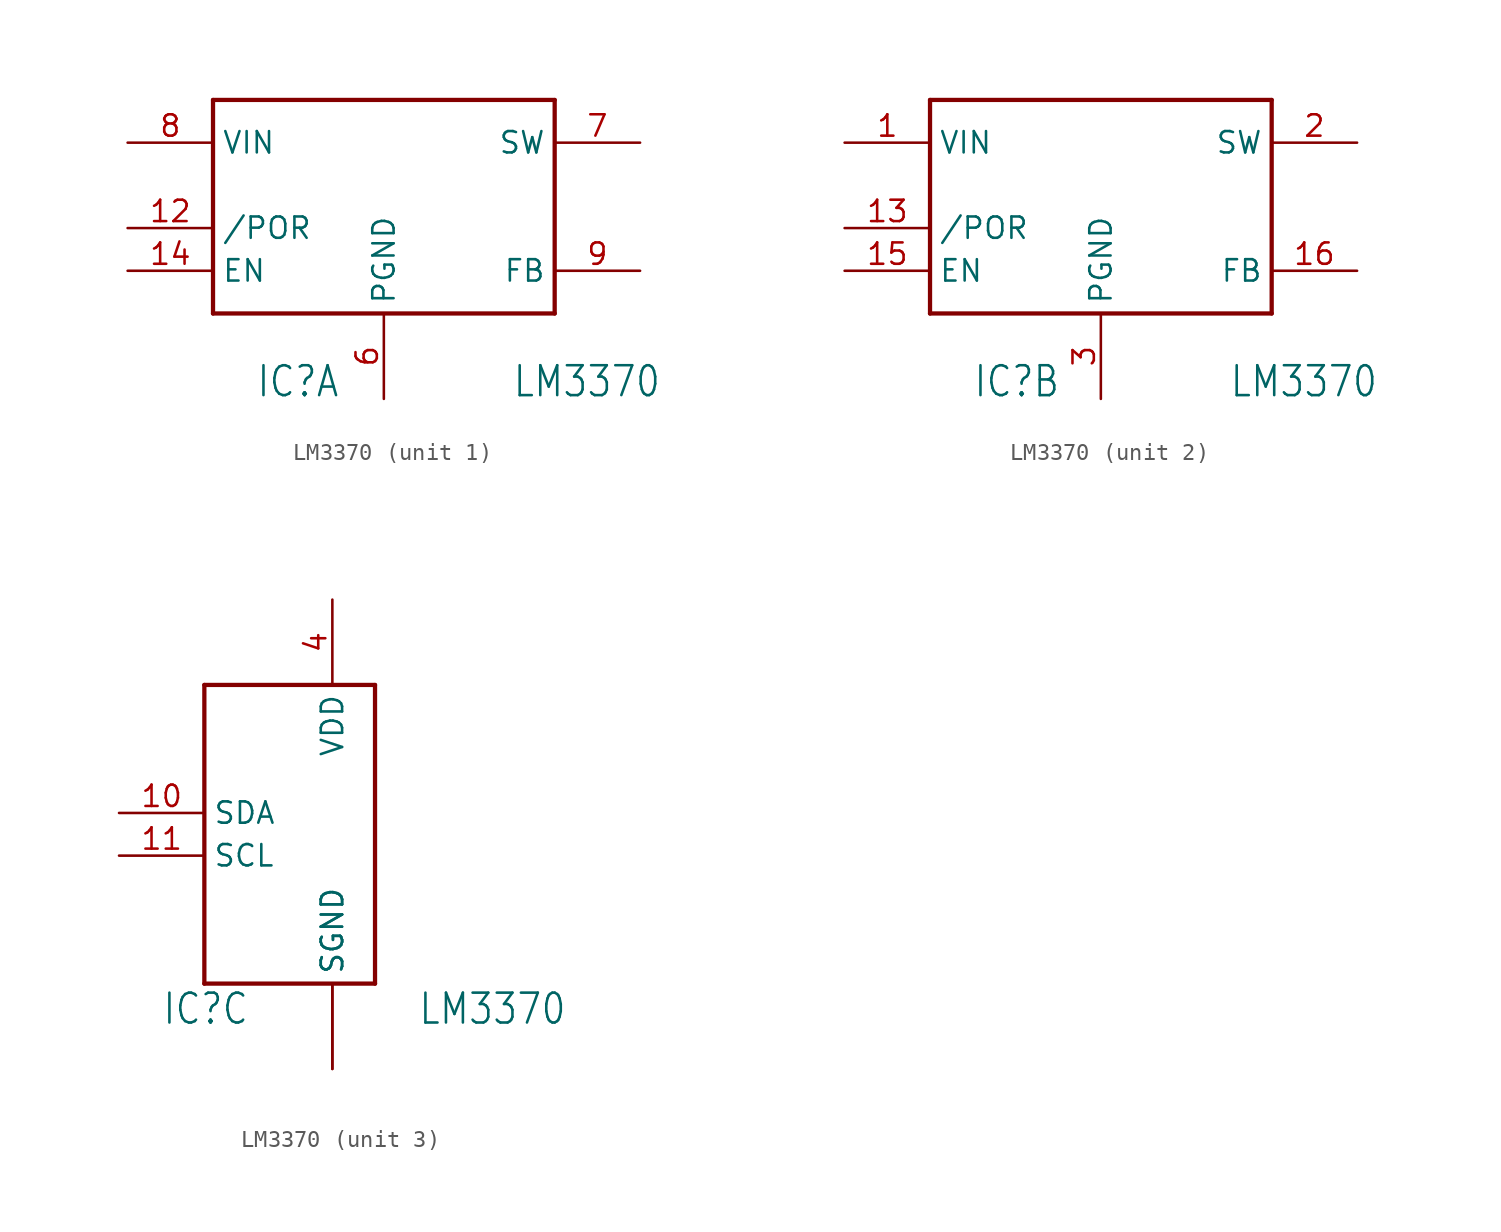
<source format=kicad_sym>
(kicad_symbol_lib
  (version 20201005)
  (generator kicad_symbol_editor)
  (symbol "LM3370"
    (property "Reference" "IC"
      (at -7.62 -10.16 0)
      (effects (font (size 1.778 1.511)) (justify left bottom)))
    (property "Value" "LM3370"
      (at 7.62 -10.16 0)
      (effects (font (size 1.778 1.511)) (justify left bottom)))
    (property "ki_locked" ""
      (at 0 0 0)
      (effects (font (size 1.27 1.27))))
    (symbol "LM3370_1_0"
      (polyline (pts (xy -10.16 -5.08) (xy -10.16 7.62)) (stroke (width 0.254)) (fill (type none)))
      (polyline (pts (xy -10.16 7.62) (xy 10.16 7.62)) (stroke (width 0.254)) (fill (type none)))
      (polyline (pts (xy 10.16 -5.08) (xy -10.16 -5.08)) (stroke (width 0.254)) (fill (type none)))
      (polyline (pts (xy 10.16 7.62) (xy 10.16 -5.08)) (stroke (width 0.254)) (fill (type none)))
      (pin bidirectional line (at -15.24 0 0) (length 5.08) (name "/POR" (effects (font (size 1.27 1.27)))) (number "12" (effects (font (size 1.27 1.27)))))
      (pin bidirectional line (at -15.24 -2.54 0) (length 5.08) (name "EN" (effects (font (size 1.27 1.27)))) (number "14" (effects (font (size 1.27 1.27)))))
      (pin bidirectional line (at 0 -10.16 90) (length 5.08) (name "PGND" (effects (font (size 1.27 1.27)))) (number "6" (effects (font (size 1.27 1.27)))))
      (pin bidirectional line (at 15.24 5.08 180) (length 5.08) (name "SW" (effects (font (size 1.27 1.27)))) (number "7" (effects (font (size 1.27 1.27)))))
      (pin bidirectional line (at -15.24 5.08 0) (length 5.08) (name "VIN" (effects (font (size 1.27 1.27)))) (number "8" (effects (font (size 1.27 1.27)))))
      (pin bidirectional line (at 15.24 -2.54 180) (length 5.08) (name "FB" (effects (font (size 1.27 1.27)))) (number "9" (effects (font (size 1.27 1.27))))))
    (symbol "LM3370_2_0"
      (polyline (pts (xy -10.16 -5.08) (xy -10.16 7.62)) (stroke (width 0.254)) (fill (type none)))
      (polyline (pts (xy -10.16 7.62) (xy 10.16 7.62)) (stroke (width 0.254)) (fill (type none)))
      (polyline (pts (xy 10.16 -5.08) (xy -10.16 -5.08)) (stroke (width 0.254)) (fill (type none)))
      (polyline (pts (xy 10.16 7.62) (xy 10.16 -5.08)) (stroke (width 0.254)) (fill (type none)))
      (pin bidirectional line (at -15.24 5.08 0) (length 5.08) (name "VIN" (effects (font (size 1.27 1.27)))) (number "1" (effects (font (size 1.27 1.27)))))
      (pin bidirectional line (at -15.24 0 0) (length 5.08) (name "/POR" (effects (font (size 1.27 1.27)))) (number "13" (effects (font (size 1.27 1.27)))))
      (pin bidirectional line (at -15.24 -2.54 0) (length 5.08) (name "EN" (effects (font (size 1.27 1.27)))) (number "15" (effects (font (size 1.27 1.27)))))
      (pin bidirectional line (at 15.24 -2.54 180) (length 5.08) (name "FB" (effects (font (size 1.27 1.27)))) (number "16" (effects (font (size 1.27 1.27)))))
      (pin bidirectional line (at 15.24 5.08 180) (length 5.08) (name "SW" (effects (font (size 1.27 1.27)))) (number "2" (effects (font (size 1.27 1.27)))))
      (pin bidirectional line (at 0 -10.16 90) (length 5.08) (name "PGND" (effects (font (size 1.27 1.27)))) (number "3" (effects (font (size 1.27 1.27))))))
    (symbol "LM3370_3_0"
      (polyline (pts (xy -5.08 -7.62) (xy 5.08 -7.62)) (stroke (width 0.254)) (fill (type none)))
      (polyline (pts (xy -5.08 10.16) (xy -5.08 -7.62)) (stroke (width 0.254)) (fill (type none)))
      (polyline (pts (xy 5.08 -7.62) (xy 5.08 10.16)) (stroke (width 0.254)) (fill (type none)))
      (polyline (pts (xy 5.08 10.16) (xy -5.08 10.16)) (stroke (width 0.254)) (fill (type none)))
      (pin bidirectional line (at -10.16 2.54 0) (length 5.08) (name "SDA" (effects (font (size 1.27 1.27)))) (number "10" (effects (font (size 1.27 1.27)))))
      (pin bidirectional line (at -10.16 0 0) (length 5.08) (name "SCL" (effects (font (size 1.27 1.27)))) (number "11" (effects (font (size 1.27 1.27)))))
      (pin bidirectional line (at 2.54 -12.7 90) (length 5.08) (name "SGND" (effects (font (size 1.27 1.27)))) (number "17" (effects (font (size 0 0)))))
      (pin bidirectional line (at 2.54 15.24 270) (length 5.08) (name "VDD" (effects (font (size 1.27 1.27)))) (number "4" (effects (font (size 1.27 1.27)))))
      (pin bidirectional line (at 2.54 -12.7 90) (length 5.08) (name "SGND" (effects (font (size 1.27 1.27)))) (number "5" (effects (font (size 0 0))))))))
</source>
